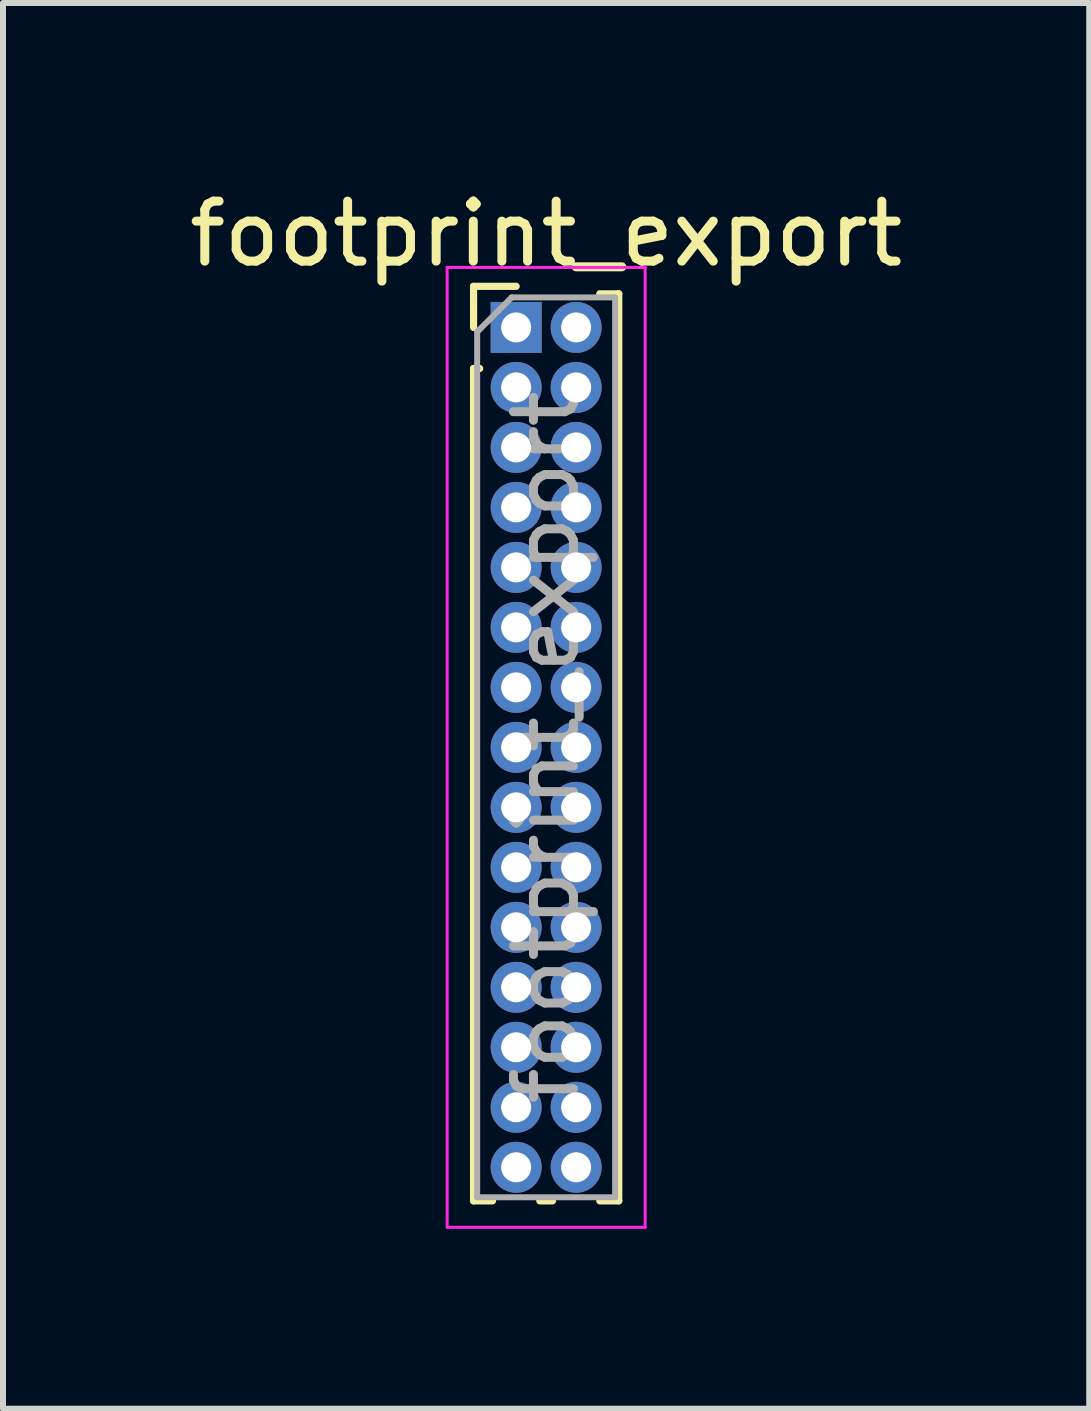
<source format=kicad_pcb>
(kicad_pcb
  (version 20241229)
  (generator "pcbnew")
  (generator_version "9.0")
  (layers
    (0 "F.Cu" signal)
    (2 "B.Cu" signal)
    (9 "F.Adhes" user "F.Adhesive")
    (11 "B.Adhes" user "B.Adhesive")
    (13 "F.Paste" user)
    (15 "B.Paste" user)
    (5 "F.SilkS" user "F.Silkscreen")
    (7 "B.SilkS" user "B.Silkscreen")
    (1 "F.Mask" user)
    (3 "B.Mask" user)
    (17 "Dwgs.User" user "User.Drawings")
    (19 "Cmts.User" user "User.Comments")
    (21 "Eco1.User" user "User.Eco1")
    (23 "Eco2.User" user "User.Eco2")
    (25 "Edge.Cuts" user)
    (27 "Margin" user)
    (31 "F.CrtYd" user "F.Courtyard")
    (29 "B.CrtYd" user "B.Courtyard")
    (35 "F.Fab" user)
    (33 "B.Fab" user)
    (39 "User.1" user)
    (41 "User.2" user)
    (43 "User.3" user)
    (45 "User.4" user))
  (footprint "footprint_export"
    (layer "F.Cu")
    (at 5.554 2.408)
    (property "Reference" "footprint_export" (at 0.5 -1.56 0) (layer "F.SilkS") (effects (font (size 1 1) (thickness 0.15))))
    (attr through_hole)
    (fp_line (start -0.71 -0.685) (end 0 -0.685) (stroke (width 0.12) (type solid)) (layer "F.SilkS"))
    (fp_line (start -0.71 0) (end -0.71 -0.685) (stroke (width 0.12) (type solid)) (layer "F.SilkS"))
    (fp_line (start -0.71 0.685) (end -0.71 14.56) (stroke (width 0.12) (type solid)) (layer "F.SilkS"))
    (fp_line (start -0.71 0.685) (end -0.608 0.685) (stroke (width 0.12) (type solid)) (layer "F.SilkS"))
    (fp_line (start -0.71 14.56) (end -0.394 14.56) (stroke (width 0.12) (type solid)) (layer "F.SilkS"))
    (fp_line (start 0.394 14.56) (end 0.606 14.56) (stroke (width 0.12) (type solid)) (layer "F.SilkS"))
    (fp_line (start 1.394 -0.56) (end 1.71 -0.56) (stroke (width 0.12) (type solid)) (layer "F.SilkS"))
    (fp_line (start 1.394 14.56) (end 1.71 14.56) (stroke (width 0.12) (type solid)) (layer "F.SilkS"))
    (fp_line (start 1.71 -0.56) (end 1.71 14.56) (stroke (width 0.12) (type solid)) (layer "F.SilkS"))
    (fp_line (start -1.15 -1) (end -1.15 15) (stroke (width 0.05) (type solid)) (layer "F.CrtYd"))
    (fp_line (start -1.15 15) (end 2.15 15) (stroke (width 0.05) (type solid)) (layer "F.CrtYd"))
    (fp_line (start 2.15 -1) (end -1.15 -1) (stroke (width 0.05) (type solid)) (layer "F.CrtYd"))
    (fp_line (start 2.15 15) (end 2.15 -1) (stroke (width 0.05) (type solid)) (layer "F.CrtYd"))
    (fp_line (start -0.65 0.075) (end -0.075 -0.5) (stroke (width 0.1) (type solid)) (layer "F.Fab"))
    (fp_line (start -0.65 14.5) (end -0.65 0.075) (stroke (width 0.1) (type solid)) (layer "F.Fab"))
    (fp_line (start -0.075 -0.5) (end 1.65 -0.5) (stroke (width 0.1) (type solid)) (layer "F.Fab"))
    (fp_line (start 1.65 -0.5) (end 1.65 14.5) (stroke (width 0.1) (type solid)) (layer "F.Fab"))
    (fp_line (start 1.65 14.5) (end -0.65 14.5) (stroke (width 0.1) (type solid)) (layer "F.Fab"))
    (fp_text user "${REFERENCE}" (at 0.5 7 90) (layer "F.Fab") (effects (font (size 1 1) (thickness 0.15))))
    (pad "1" thru_hole rect (at 0 0) (size 0.85 0.85) (drill 0.5) (layers "*.Cu" "*.Mask"))
    (pad "2" thru_hole oval (at 1 0) (size 0.85 0.85) (drill 0.5) (layers "*.Cu" "*.Mask"))
    (pad "3" thru_hole oval (at 0 1) (size 0.85 0.85) (drill 0.5) (layers "*.Cu" "*.Mask"))
    (pad "4" thru_hole oval (at 1 1) (size 0.85 0.85) (drill 0.5) (layers "*.Cu" "*.Mask"))
    (pad "5" thru_hole oval (at 0 2) (size 0.85 0.85) (drill 0.5) (layers "*.Cu" "*.Mask"))
    (pad "6" thru_hole oval (at 1 2) (size 0.85 0.85) (drill 0.5) (layers "*.Cu" "*.Mask"))
    (pad "7" thru_hole oval (at 0 3) (size 0.85 0.85) (drill 0.5) (layers "*.Cu" "*.Mask"))
    (pad "8" thru_hole oval (at 1 3) (size 0.85 0.85) (drill 0.5) (layers "*.Cu" "*.Mask"))
    (pad "9" thru_hole oval (at 0 4) (size 0.85 0.85) (drill 0.5) (layers "*.Cu" "*.Mask"))
    (pad "10" thru_hole oval (at 1 4) (size 0.85 0.85) (drill 0.5) (layers "*.Cu" "*.Mask"))
    (pad "11" thru_hole oval (at 0 5) (size 0.85 0.85) (drill 0.5) (layers "*.Cu" "*.Mask"))
    (pad "12" thru_hole oval (at 1 5) (size 0.85 0.85) (drill 0.5) (layers "*.Cu" "*.Mask"))
    (pad "13" thru_hole oval (at 0 6) (size 0.85 0.85) (drill 0.5) (layers "*.Cu" "*.Mask"))
    (pad "14" thru_hole oval (at 1 6) (size 0.85 0.85) (drill 0.5) (layers "*.Cu" "*.Mask"))
    (pad "15" thru_hole oval (at 0 7) (size 0.85 0.85) (drill 0.5) (layers "*.Cu" "*.Mask"))
    (pad "16" thru_hole oval (at 1 7) (size 0.85 0.85) (drill 0.5) (layers "*.Cu" "*.Mask"))
    (pad "17" thru_hole oval (at 0 8) (size 0.85 0.85) (drill 0.5) (layers "*.Cu" "*.Mask"))
    (pad "18" thru_hole oval (at 1 8) (size 0.85 0.85) (drill 0.5) (layers "*.Cu" "*.Mask"))
    (pad "19" thru_hole oval (at 0 9) (size 0.85 0.85) (drill 0.5) (layers "*.Cu" "*.Mask"))
    (pad "20" thru_hole oval (at 1 9) (size 0.85 0.85) (drill 0.5) (layers "*.Cu" "*.Mask"))
    (pad "21" thru_hole oval (at 0 10) (size 0.85 0.85) (drill 0.5) (layers "*.Cu" "*.Mask"))
    (pad "22" thru_hole oval (at 1 10) (size 0.85 0.85) (drill 0.5) (layers "*.Cu" "*.Mask"))
    (pad "23" thru_hole oval (at 0 11) (size 0.85 0.85) (drill 0.5) (layers "*.Cu" "*.Mask"))
    (pad "24" thru_hole oval (at 1 11) (size 0.85 0.85) (drill 0.5) (layers "*.Cu" "*.Mask"))
    (pad "25" thru_hole oval (at 0 12) (size 0.85 0.85) (drill 0.5) (layers "*.Cu" "*.Mask"))
    (pad "26" thru_hole oval (at 1 12) (size 0.85 0.85) (drill 0.5) (layers "*.Cu" "*.Mask"))
    (pad "27" thru_hole oval (at 0 13) (size 0.85 0.85) (drill 0.5) (layers "*.Cu" "*.Mask"))
    (pad "28" thru_hole oval (at 1 13) (size 0.85 0.85) (drill 0.5) (layers "*.Cu" "*.Mask"))
    (pad "29" thru_hole oval (at 0 14) (size 0.85 0.85) (drill 0.5) (layers "*.Cu" "*.Mask"))
    (pad "30" thru_hole oval (at 1 14) (size 0.85 0.85) (drill 0.5) (layers "*.Cu" "*.Mask")))
  (gr_rect
    (start -3 -3)
    (end 15.107 20.433)
    (stroke (width 0.1) (type default))
    (fill no)
    (layer "Edge.Cuts")))
</source>
